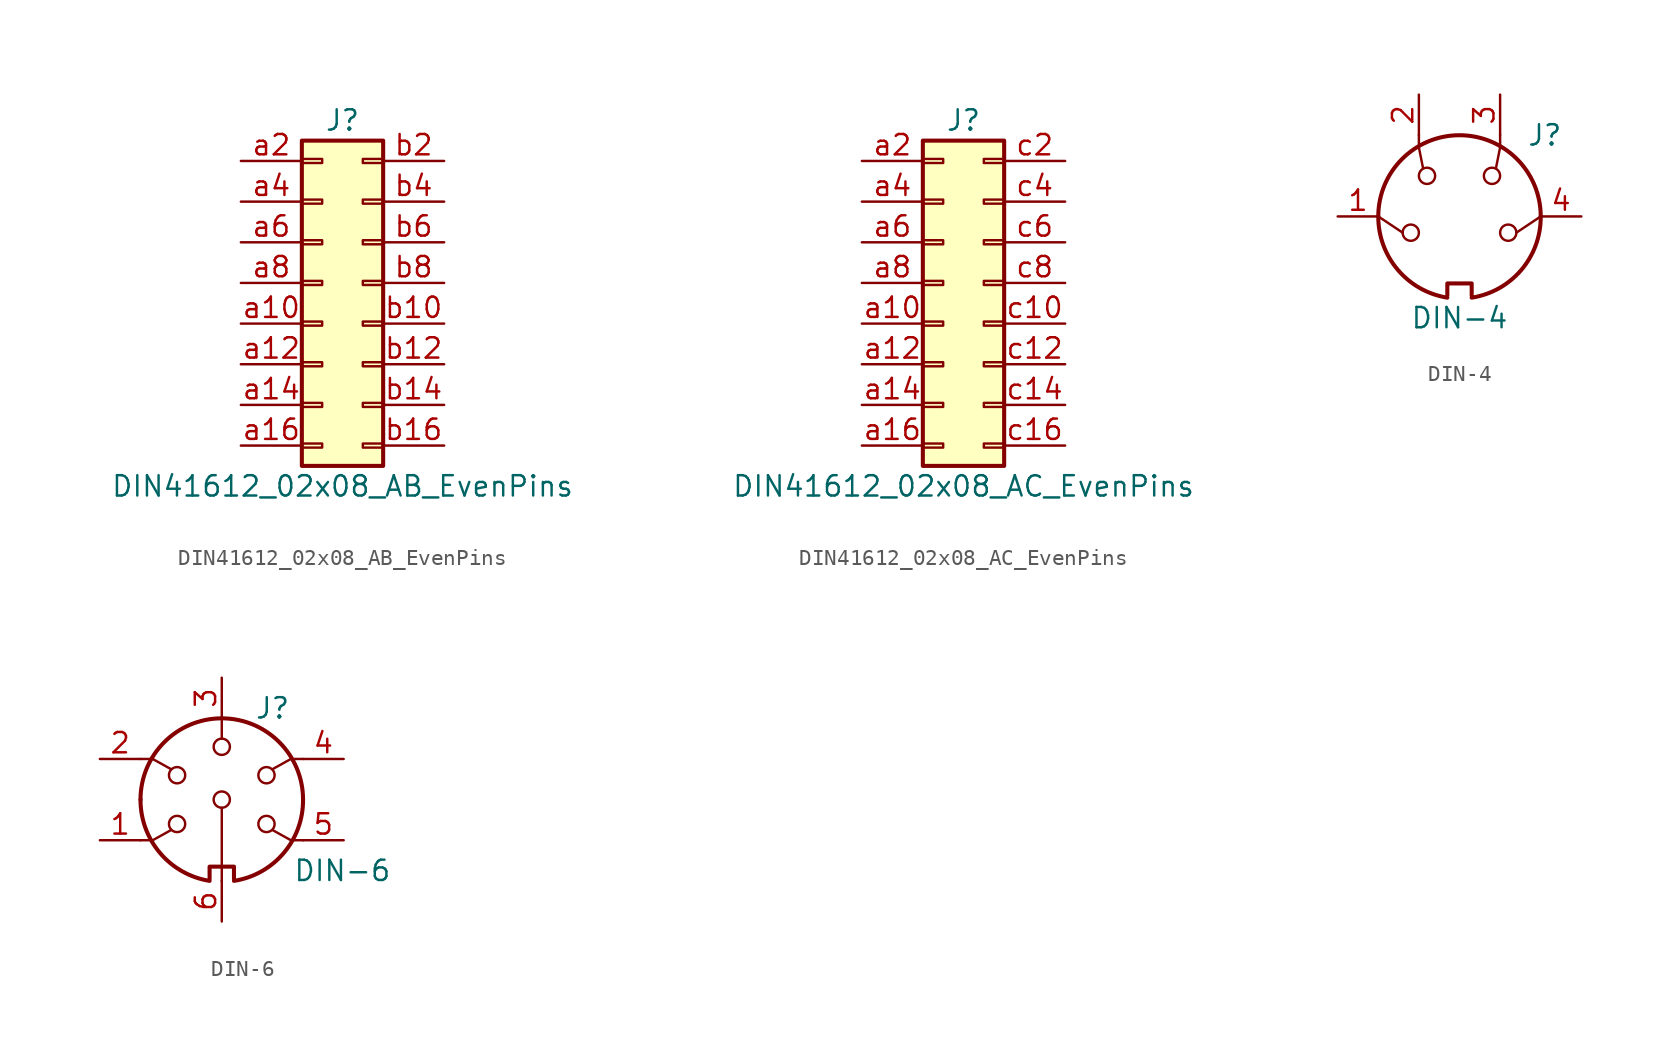
<source format=kicad_sym>
(kicad_symbol_lib
  (version 20220914)
  (generator kicad_symbol_editor)
  (symbol "DIN41612_02x08_AB_EvenPins"
    (pin_names
      (offset 1.016) hide)
    (property "Reference" "J"
      (at 1.27 10.16 0)
      (effects (font (size 1.27 1.27))))
    (property "Value" "DIN41612_02x08_AB_EvenPins"
      (at 1.27 -12.7 0)
      (effects (font (size 1.27 1.27))))
    (symbol "DIN41612_02x08_AB_EvenPins_1_1"
      (rectangle (start -1.27 -10.033) (end 0 -10.287) (stroke (width 0.152) (type default)) (fill (type none)))
      (rectangle (start -1.27 -7.493) (end 0 -7.747) (stroke (width 0.152) (type default)) (fill (type none)))
      (rectangle (start -1.27 -4.953) (end 0 -5.207) (stroke (width 0.152) (type default)) (fill (type none)))
      (rectangle (start -1.27 -2.413) (end 0 -2.667) (stroke (width 0.152) (type default)) (fill (type none)))
      (rectangle (start -1.27 0.127) (end 0 -0.127) (stroke (width 0.152) (type default)) (fill (type none)))
      (rectangle (start -1.27 2.667) (end 0 2.413) (stroke (width 0.152) (type default)) (fill (type none)))
      (rectangle (start -1.27 5.207) (end 0 4.953) (stroke (width 0.152) (type default)) (fill (type none)))
      (rectangle (start -1.27 7.747) (end 0 7.493) (stroke (width 0.152) (type default)) (fill (type none)))
      (rectangle (start -1.27 8.89) (end 3.81 -11.43) (stroke (width 0.254) (type default)) (fill (type background)))
      (rectangle (start 3.81 -10.033) (end 2.54 -10.287) (stroke (width 0.152) (type default)) (fill (type none)))
      (rectangle (start 3.81 -7.493) (end 2.54 -7.747) (stroke (width 0.152) (type default)) (fill (type none)))
      (rectangle (start 3.81 -4.953) (end 2.54 -5.207) (stroke (width 0.152) (type default)) (fill (type none)))
      (rectangle (start 3.81 -2.413) (end 2.54 -2.667) (stroke (width 0.152) (type default)) (fill (type none)))
      (rectangle (start 3.81 0.127) (end 2.54 -0.127) (stroke (width 0.152) (type default)) (fill (type none)))
      (rectangle (start 3.81 2.667) (end 2.54 2.413) (stroke (width 0.152) (type default)) (fill (type none)))
      (rectangle (start 3.81 5.207) (end 2.54 4.953) (stroke (width 0.152) (type default)) (fill (type none)))
      (rectangle (start 3.81 7.747) (end 2.54 7.493) (stroke (width 0.152) (type default)) (fill (type none)))
      (pin passive line (at -5.08 -2.54 0) (length 3.81) (name "Pin_a10" (effects (font (size 1.27 1.27)))) (number "a10" (effects (font (size 1.27 1.27)))))
      (pin passive line (at -5.08 -5.08 0) (length 3.81) (name "Pin_a12" (effects (font (size 1.27 1.27)))) (number "a12" (effects (font (size 1.27 1.27)))))
      (pin passive line (at -5.08 -7.62 0) (length 3.81) (name "Pin_a14" (effects (font (size 1.27 1.27)))) (number "a14" (effects (font (size 1.27 1.27)))))
      (pin passive line (at -5.08 -10.16 0) (length 3.81) (name "Pin_a16" (effects (font (size 1.27 1.27)))) (number "a16" (effects (font (size 1.27 1.27)))))
      (pin passive line (at -5.08 7.62 0) (length 3.81) (name "Pin_a2" (effects (font (size 1.27 1.27)))) (number "a2" (effects (font (size 1.27 1.27)))))
      (pin passive line (at -5.08 5.08 0) (length 3.81) (name "Pin_a4" (effects (font (size 1.27 1.27)))) (number "a4" (effects (font (size 1.27 1.27)))))
      (pin passive line (at -5.08 2.54 0) (length 3.81) (name "Pin_a6" (effects (font (size 1.27 1.27)))) (number "a6" (effects (font (size 1.27 1.27)))))
      (pin passive line (at -5.08 0 0) (length 3.81) (name "Pin_a8" (effects (font (size 1.27 1.27)))) (number "a8" (effects (font (size 1.27 1.27)))))
      (pin passive line (at 7.62 -2.54 180) (length 3.81) (name "Pin_b10" (effects (font (size 1.27 1.27)))) (number "b10" (effects (font (size 1.27 1.27)))))
      (pin passive line (at 7.62 -5.08 180) (length 3.81) (name "Pin_b12" (effects (font (size 1.27 1.27)))) (number "b12" (effects (font (size 1.27 1.27)))))
      (pin passive line (at 7.62 -7.62 180) (length 3.81) (name "Pin_b14" (effects (font (size 1.27 1.27)))) (number "b14" (effects (font (size 1.27 1.27)))))
      (pin passive line (at 7.62 -10.16 180) (length 3.81) (name "Pin_b16" (effects (font (size 1.27 1.27)))) (number "b16" (effects (font (size 1.27 1.27)))))
      (pin passive line (at 7.62 7.62 180) (length 3.81) (name "Pin_b2" (effects (font (size 1.27 1.27)))) (number "b2" (effects (font (size 1.27 1.27)))))
      (pin passive line (at 7.62 5.08 180) (length 3.81) (name "Pin_b4" (effects (font (size 1.27 1.27)))) (number "b4" (effects (font (size 1.27 1.27)))))
      (pin passive line (at 7.62 2.54 180) (length 3.81) (name "Pin_b6" (effects (font (size 1.27 1.27)))) (number "b6" (effects (font (size 1.27 1.27)))))
      (pin passive line (at 7.62 0 180) (length 3.81) (name "Pin_b8" (effects (font (size 1.27 1.27)))) (number "b8" (effects (font (size 1.27 1.27)))))))
  (symbol "DIN41612_02x08_AC_EvenPins"
    (pin_names
      (offset 1.016) hide)
    (property "Reference" "J"
      (at 1.27 10.16 0)
      (effects (font (size 1.27 1.27))))
    (property "Value" "DIN41612_02x08_AC_EvenPins"
      (at 1.27 -12.7 0)
      (effects (font (size 1.27 1.27))))
    (symbol "DIN41612_02x08_AC_EvenPins_1_1"
      (rectangle (start -1.27 -10.033) (end 0 -10.287) (stroke (width 0.152) (type default)) (fill (type none)))
      (rectangle (start -1.27 -7.493) (end 0 -7.747) (stroke (width 0.152) (type default)) (fill (type none)))
      (rectangle (start -1.27 -4.953) (end 0 -5.207) (stroke (width 0.152) (type default)) (fill (type none)))
      (rectangle (start -1.27 -2.413) (end 0 -2.667) (stroke (width 0.152) (type default)) (fill (type none)))
      (rectangle (start -1.27 0.127) (end 0 -0.127) (stroke (width 0.152) (type default)) (fill (type none)))
      (rectangle (start -1.27 2.667) (end 0 2.413) (stroke (width 0.152) (type default)) (fill (type none)))
      (rectangle (start -1.27 5.207) (end 0 4.953) (stroke (width 0.152) (type default)) (fill (type none)))
      (rectangle (start -1.27 7.747) (end 0 7.493) (stroke (width 0.152) (type default)) (fill (type none)))
      (rectangle (start -1.27 8.89) (end 3.81 -11.43) (stroke (width 0.254) (type default)) (fill (type background)))
      (rectangle (start 3.81 -10.033) (end 2.54 -10.287) (stroke (width 0.152) (type default)) (fill (type none)))
      (rectangle (start 3.81 -7.493) (end 2.54 -7.747) (stroke (width 0.152) (type default)) (fill (type none)))
      (rectangle (start 3.81 -4.953) (end 2.54 -5.207) (stroke (width 0.152) (type default)) (fill (type none)))
      (rectangle (start 3.81 -2.413) (end 2.54 -2.667) (stroke (width 0.152) (type default)) (fill (type none)))
      (rectangle (start 3.81 0.127) (end 2.54 -0.127) (stroke (width 0.152) (type default)) (fill (type none)))
      (rectangle (start 3.81 2.667) (end 2.54 2.413) (stroke (width 0.152) (type default)) (fill (type none)))
      (rectangle (start 3.81 5.207) (end 2.54 4.953) (stroke (width 0.152) (type default)) (fill (type none)))
      (rectangle (start 3.81 7.747) (end 2.54 7.493) (stroke (width 0.152) (type default)) (fill (type none)))
      (pin passive line (at -5.08 -2.54 0) (length 3.81) (name "Pin_a10" (effects (font (size 1.27 1.27)))) (number "a10" (effects (font (size 1.27 1.27)))))
      (pin passive line (at -5.08 -5.08 0) (length 3.81) (name "Pin_a12" (effects (font (size 1.27 1.27)))) (number "a12" (effects (font (size 1.27 1.27)))))
      (pin passive line (at -5.08 -7.62 0) (length 3.81) (name "Pin_a14" (effects (font (size 1.27 1.27)))) (number "a14" (effects (font (size 1.27 1.27)))))
      (pin passive line (at -5.08 -10.16 0) (length 3.81) (name "Pin_a16" (effects (font (size 1.27 1.27)))) (number "a16" (effects (font (size 1.27 1.27)))))
      (pin passive line (at -5.08 7.62 0) (length 3.81) (name "Pin_a2" (effects (font (size 1.27 1.27)))) (number "a2" (effects (font (size 1.27 1.27)))))
      (pin passive line (at -5.08 5.08 0) (length 3.81) (name "Pin_a4" (effects (font (size 1.27 1.27)))) (number "a4" (effects (font (size 1.27 1.27)))))
      (pin passive line (at -5.08 2.54 0) (length 3.81) (name "Pin_a6" (effects (font (size 1.27 1.27)))) (number "a6" (effects (font (size 1.27 1.27)))))
      (pin passive line (at -5.08 0 0) (length 3.81) (name "Pin_a8" (effects (font (size 1.27 1.27)))) (number "a8" (effects (font (size 1.27 1.27)))))
      (pin passive line (at 7.62 -2.54 180) (length 3.81) (name "Pin_c10" (effects (font (size 1.27 1.27)))) (number "c10" (effects (font (size 1.27 1.27)))))
      (pin passive line (at 7.62 -5.08 180) (length 3.81) (name "Pin_c12" (effects (font (size 1.27 1.27)))) (number "c12" (effects (font (size 1.27 1.27)))))
      (pin passive line (at 7.62 -7.62 180) (length 3.81) (name "Pin_c14" (effects (font (size 1.27 1.27)))) (number "c14" (effects (font (size 1.27 1.27)))))
      (pin passive line (at 7.62 -10.16 180) (length 3.81) (name "Pin_c16" (effects (font (size 1.27 1.27)))) (number "c16" (effects (font (size 1.27 1.27)))))
      (pin passive line (at 7.62 7.62 180) (length 3.81) (name "Pin_c2" (effects (font (size 1.27 1.27)))) (number "c2" (effects (font (size 1.27 1.27)))))
      (pin passive line (at 7.62 5.08 180) (length 3.81) (name "Pin_c4" (effects (font (size 1.27 1.27)))) (number "c4" (effects (font (size 1.27 1.27)))))
      (pin passive line (at 7.62 2.54 180) (length 3.81) (name "Pin_c6" (effects (font (size 1.27 1.27)))) (number "c6" (effects (font (size 1.27 1.27)))))
      (pin passive line (at 7.62 0 180) (length 3.81) (name "Pin_c8" (effects (font (size 1.27 1.27)))) (number "c8" (effects (font (size 1.27 1.27)))))))
  (symbol "DIN-4"
    (pin_names
      (offset 1.016))
    (property "Reference" "J"
      (at 5.334 5.08 0)
      (effects (font (size 1.27 1.27))))
    (property "Value" "DIN-4"
      (at 0 -6.35 0)
      (effects (font (size 1.27 1.27))))
    (symbol "DIN-4_0_1"
      (arc (start -5.08 0) (mid -3.8609 -3.3364) (end -0.762 -5.08) (stroke (width 0.254) (type default)) (fill (type none)))
      (circle (center -3.048 -1.016) (radius 0.508) (stroke (width 0) (type default)) (fill (type none)))
      (circle (center -2.032 2.54) (radius 0.508) (stroke (width 0) (type default)) (fill (type none)))
      (polyline (pts (xy -3.556 -1.016) (xy -5.08 0)) (stroke (width 0) (type default)) (fill (type none)))
      (polyline (pts (xy 5.08 0) (xy 3.556 -1.016)) (stroke (width 0) (type default)) (fill (type none)))
      (polyline (pts (xy -2.54 5.08) (xy -2.54 4.318) (xy -2.286 3.048)) (stroke (width 0) (type default)) (fill (type none)))
      (polyline (pts (xy 2.54 5.08) (xy 2.54 4.318) (xy 2.286 3.048)) (stroke (width 0) (type default)) (fill (type none)))
      (polyline (pts (xy -0.762 -4.953) (xy -0.762 -4.191) (xy 0.762 -4.191) (xy 0.762 -4.953)) (stroke (width 0.254) (type default)) (fill (type none)))
      (arc (start 0.762 -5.08) (mid 3.8685 -3.343) (end 5.08 0) (stroke (width 0.254) (type default)) (fill (type none)))
      (circle (center 2.032 2.54) (radius 0.508) (stroke (width 0) (type default)) (fill (type none)))
      (circle (center 3.048 -1.016) (radius 0.508) (stroke (width 0) (type default)) (fill (type none)))
      (arc (start 5.08 0) (mid 0 5.0579) (end -5.08 0) (stroke (width 0.254) (type default)) (fill (type none))))
    (symbol "DIN-4_1_1"
      (pin passive line (at -7.62 0 0) (length 2.54) (name "~" (effects (font (size 1.27 1.27)))) (number "1" (effects (font (size 1.27 1.27)))))
      (pin passive line (at -2.54 7.62 270) (length 2.54) (name "~" (effects (font (size 1.27 1.27)))) (number "2" (effects (font (size 1.27 1.27)))))
      (pin passive line (at 2.54 7.62 270) (length 2.54) (name "~" (effects (font (size 1.27 1.27)))) (number "3" (effects (font (size 1.27 1.27)))))
      (pin passive line (at 7.62 0 180) (length 2.54) (name "~" (effects (font (size 1.27 1.27)))) (number "4" (effects (font (size 1.27 1.27)))))))
  (symbol "DIN-6"
    (pin_names
      (offset 1.016))
    (property "Reference" "J"
      (at 3.175 5.715 0)
      (effects (font (size 1.27 1.27))))
    (property "Value" "DIN-6"
      (at 4.445 -4.445 0)
      (effects (font (size 1.27 1.27)) (justify left)))
    (symbol "DIN-6_0_1"
      (arc (start -5.08 0) (mid -3.8609 -3.3364) (end -0.762 -5.08) (stroke (width 0.254) (type default)) (fill (type none)))
      (circle (center -2.794 -1.524) (radius 0.508) (stroke (width 0) (type default)) (fill (type none)))
      (circle (center -2.794 1.524) (radius 0.508) (stroke (width 0) (type default)) (fill (type none)))
      (polyline (pts (xy 0 -5.08) (xy 0 -0.508)) (stroke (width 0) (type default)) (fill (type none)))
      (polyline (pts (xy 0 5.08) (xy 0 3.81)) (stroke (width 0) (type default)) (fill (type none)))
      (polyline (pts (xy -5.08 -2.54) (xy -4.318 -2.54) (xy -3.175 -1.905)) (stroke (width 0) (type default)) (fill (type none)))
      (polyline (pts (xy -5.08 2.54) (xy -4.318 2.54) (xy -3.175 1.905)) (stroke (width 0) (type default)) (fill (type none)))
      (polyline (pts (xy 5.08 -2.54) (xy 4.318 -2.54) (xy 3.175 -1.905)) (stroke (width 0) (type default)) (fill (type none)))
      (polyline (pts (xy 5.08 2.54) (xy 4.318 2.54) (xy 3.175 1.905)) (stroke (width 0) (type default)) (fill (type none)))
      (polyline (pts (xy -0.762 -4.953) (xy -0.762 -4.191) (xy 0.762 -4.191) (xy 0.762 -4.953)) (stroke (width 0.254) (type default)) (fill (type none)))
      (circle (center 0 0) (radius 0.508) (stroke (width 0) (type default)) (fill (type none)))
      (circle (center 0 3.302) (radius 0.508) (stroke (width 0) (type default)) (fill (type none)))
      (arc (start 0.762 -5.08) (mid 3.8685 -3.343) (end 5.08 0) (stroke (width 0.254) (type default)) (fill (type none)))
      (circle (center 2.794 -1.524) (radius 0.508) (stroke (width 0) (type default)) (fill (type none)))
      (circle (center 2.794 1.524) (radius 0.508) (stroke (width 0) (type default)) (fill (type none)))
      (arc (start 5.08 0) (mid 0 5.0579) (end -5.08 0) (stroke (width 0.254) (type default)) (fill (type none))))
    (symbol "DIN-6_1_1"
      (pin passive line (at -7.62 -2.54 0) (length 2.54) (name "~" (effects (font (size 1.27 1.27)))) (number "1" (effects (font (size 1.27 1.27)))))
      (pin passive line (at -7.62 2.54 0) (length 2.54) (name "~" (effects (font (size 1.27 1.27)))) (number "2" (effects (font (size 1.27 1.27)))))
      (pin passive line (at 0 7.62 270) (length 2.54) (name "~" (effects (font (size 1.27 1.27)))) (number "3" (effects (font (size 1.27 1.27)))))
      (pin passive line (at 7.62 2.54 180) (length 2.54) (name "~" (effects (font (size 1.27 1.27)))) (number "4" (effects (font (size 1.27 1.27)))))
      (pin passive line (at 7.62 -2.54 180) (length 2.54) (name "~" (effects (font (size 1.27 1.27)))) (number "5" (effects (font (size 1.27 1.27)))))
      (pin passive line (at 0 -7.62 90) (length 2.54) (name "~" (effects (font (size 1.27 1.27)))) (number "6" (effects (font (size 1.27 1.27))))))))
</source>
